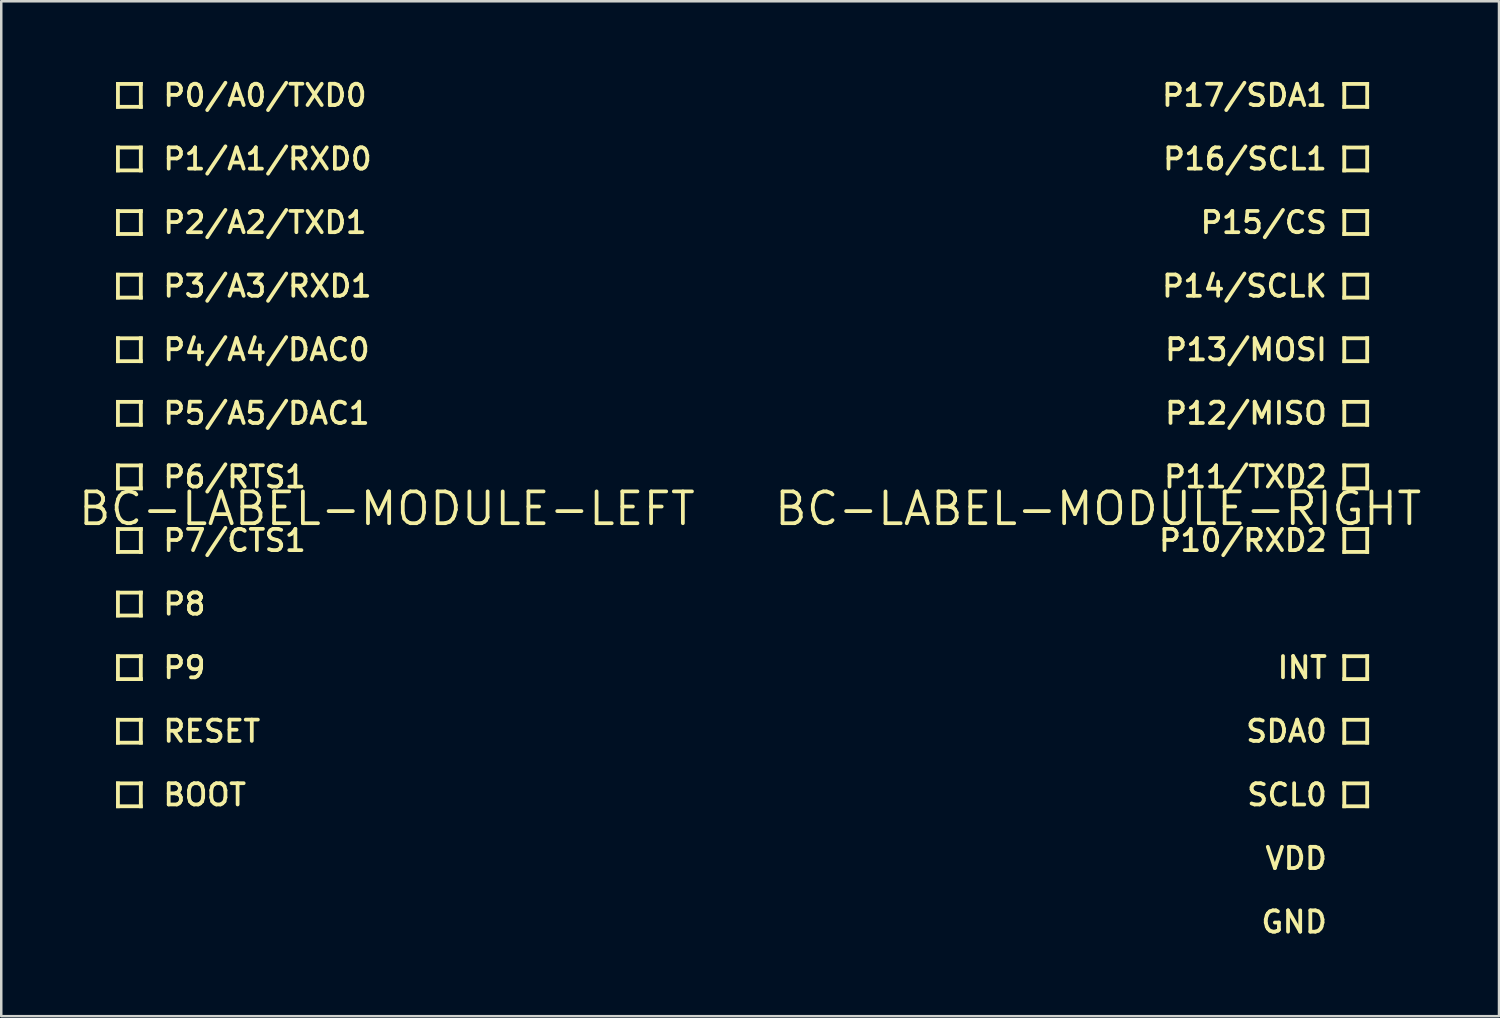
<source format=kicad_pcb>
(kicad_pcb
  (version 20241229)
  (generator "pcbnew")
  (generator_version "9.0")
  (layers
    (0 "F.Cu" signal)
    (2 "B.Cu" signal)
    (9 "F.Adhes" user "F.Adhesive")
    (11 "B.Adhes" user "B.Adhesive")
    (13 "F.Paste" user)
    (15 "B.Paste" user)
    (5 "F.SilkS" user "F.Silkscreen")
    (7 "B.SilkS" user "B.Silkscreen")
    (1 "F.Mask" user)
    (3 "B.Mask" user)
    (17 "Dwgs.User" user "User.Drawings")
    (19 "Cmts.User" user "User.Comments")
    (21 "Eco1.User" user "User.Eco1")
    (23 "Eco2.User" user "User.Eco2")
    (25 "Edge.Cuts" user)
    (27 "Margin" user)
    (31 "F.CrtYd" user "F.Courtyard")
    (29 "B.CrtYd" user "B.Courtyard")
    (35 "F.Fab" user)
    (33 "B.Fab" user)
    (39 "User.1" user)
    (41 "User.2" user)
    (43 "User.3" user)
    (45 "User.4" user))
  (footprint "BC-LABEL-MODULE-LEFT"
    (layer "F.Cu")
    (at 12.405 17.27)
    (property "Reference" "BC-LABEL-MODULE-LEFT" (at 0 0 0) (unlocked yes) (layer "F.SilkS") (effects (font (size 1.27 1.27) (thickness 0.15))))
    (fp_poly (pts (xy -10.82 -16.891) (xy -9.754 -16.891) (xy -9.754 -17.043) (xy -10.82 -17.043)) (stroke (width 0) (type default)) (fill yes) (layer "F.SilkS"))
    (fp_poly (pts (xy -10.82 -15.977) (xy -10.668 -15.977) (xy -10.668 -17.043) (xy -10.82 -17.043)) (stroke (width 0) (type default)) (fill yes) (layer "F.SilkS"))
    (fp_poly (pts (xy -10.82 -15.977) (xy -9.754 -15.977) (xy -9.754 -16.129) (xy -10.82 -16.129)) (stroke (width 0) (type default)) (fill yes) (layer "F.SilkS"))
    (fp_poly (pts (xy -10.82 -14.351) (xy -9.754 -14.351) (xy -9.754 -14.503) (xy -10.82 -14.503)) (stroke (width 0) (type default)) (fill yes) (layer "F.SilkS"))
    (fp_poly (pts (xy -10.82 -13.437) (xy -10.668 -13.437) (xy -10.668 -14.503) (xy -10.82 -14.503)) (stroke (width 0) (type default)) (fill yes) (layer "F.SilkS"))
    (fp_poly (pts (xy -10.82 -13.437) (xy -9.754 -13.437) (xy -9.754 -13.589) (xy -10.82 -13.589)) (stroke (width 0) (type default)) (fill yes) (layer "F.SilkS"))
    (fp_poly (pts (xy -10.82 -11.811) (xy -9.754 -11.811) (xy -9.754 -11.963) (xy -10.82 -11.963)) (stroke (width 0) (type default)) (fill yes) (layer "F.SilkS"))
    (fp_poly (pts (xy -10.82 -10.897) (xy -10.668 -10.897) (xy -10.668 -11.963) (xy -10.82 -11.963)) (stroke (width 0) (type default)) (fill yes) (layer "F.SilkS"))
    (fp_poly (pts (xy -10.82 -10.897) (xy -9.754 -10.897) (xy -9.754 -11.049) (xy -10.82 -11.049)) (stroke (width 0) (type default)) (fill yes) (layer "F.SilkS"))
    (fp_poly (pts (xy -10.82 -9.271) (xy -9.754 -9.271) (xy -9.754 -9.423) (xy -10.82 -9.423)) (stroke (width 0) (type default)) (fill yes) (layer "F.SilkS"))
    (fp_poly (pts (xy -10.82 -8.357) (xy -10.668 -8.357) (xy -10.668 -9.423) (xy -10.82 -9.423)) (stroke (width 0) (type default)) (fill yes) (layer "F.SilkS"))
    (fp_poly (pts (xy -10.82 -8.357) (xy -9.754 -8.357) (xy -9.754 -8.509) (xy -10.82 -8.509)) (stroke (width 0) (type default)) (fill yes) (layer "F.SilkS"))
    (fp_poly (pts (xy -10.82 -6.731) (xy -9.754 -6.731) (xy -9.754 -6.883) (xy -10.82 -6.883)) (stroke (width 0) (type default)) (fill yes) (layer "F.SilkS"))
    (fp_poly (pts (xy -10.82 -5.817) (xy -10.668 -5.817) (xy -10.668 -6.883) (xy -10.82 -6.883)) (stroke (width 0) (type default)) (fill yes) (layer "F.SilkS"))
    (fp_poly (pts (xy -10.82 -5.817) (xy -9.754 -5.817) (xy -9.754 -5.969) (xy -10.82 -5.969)) (stroke (width 0) (type default)) (fill yes) (layer "F.SilkS"))
    (fp_poly (pts (xy -10.82 -4.191) (xy -9.754 -4.191) (xy -9.754 -4.343) (xy -10.82 -4.343)) (stroke (width 0) (type default)) (fill yes) (layer "F.SilkS"))
    (fp_poly (pts (xy -10.82 -3.277) (xy -10.668 -3.277) (xy -10.668 -4.343) (xy -10.82 -4.343)) (stroke (width 0) (type default)) (fill yes) (layer "F.SilkS"))
    (fp_poly (pts (xy -10.82 -3.277) (xy -9.754 -3.277) (xy -9.754 -3.429) (xy -10.82 -3.429)) (stroke (width 0) (type default)) (fill yes) (layer "F.SilkS"))
    (fp_poly (pts (xy -10.82 -1.651) (xy -9.754 -1.651) (xy -9.754 -1.803) (xy -10.82 -1.803)) (stroke (width 0) (type default)) (fill yes) (layer "F.SilkS"))
    (fp_poly (pts (xy -10.82 -0.737) (xy -10.668 -0.737) (xy -10.668 -1.803) (xy -10.82 -1.803)) (stroke (width 0) (type default)) (fill yes) (layer "F.SilkS"))
    (fp_poly (pts (xy -10.82 -0.737) (xy -9.754 -0.737) (xy -9.754 -0.889) (xy -10.82 -0.889)) (stroke (width 0) (type default)) (fill yes) (layer "F.SilkS"))
    (fp_poly (pts (xy -10.82 0.889) (xy -9.754 0.889) (xy -9.754 0.737) (xy -10.82 0.737)) (stroke (width 0) (type default)) (fill yes) (layer "F.SilkS"))
    (fp_poly (pts (xy -10.82 1.803) (xy -10.668 1.803) (xy -10.668 0.737) (xy -10.82 0.737)) (stroke (width 0) (type default)) (fill yes) (layer "F.SilkS"))
    (fp_poly (pts (xy -10.82 1.803) (xy -9.754 1.803) (xy -9.754 1.651) (xy -10.82 1.651)) (stroke (width 0) (type default)) (fill yes) (layer "F.SilkS"))
    (fp_poly (pts (xy -10.82 3.429) (xy -9.754 3.429) (xy -9.754 3.277) (xy -10.82 3.277)) (stroke (width 0) (type default)) (fill yes) (layer "F.SilkS"))
    (fp_poly (pts (xy -10.82 4.343) (xy -10.668 4.343) (xy -10.668 3.277) (xy -10.82 3.277)) (stroke (width 0) (type default)) (fill yes) (layer "F.SilkS"))
    (fp_poly (pts (xy -10.82 4.343) (xy -9.754 4.343) (xy -9.754 4.191) (xy -10.82 4.191)) (stroke (width 0) (type default)) (fill yes) (layer "F.SilkS"))
    (fp_poly (pts (xy -10.82 5.969) (xy -9.754 5.969) (xy -9.754 5.817) (xy -10.82 5.817)) (stroke (width 0) (type default)) (fill yes) (layer "F.SilkS"))
    (fp_poly (pts (xy -10.82 6.883) (xy -10.668 6.883) (xy -10.668 5.817) (xy -10.82 5.817)) (stroke (width 0) (type default)) (fill yes) (layer "F.SilkS"))
    (fp_poly (pts (xy -10.82 6.883) (xy -9.754 6.883) (xy -9.754 6.731) (xy -10.82 6.731)) (stroke (width 0) (type default)) (fill yes) (layer "F.SilkS"))
    (fp_poly (pts (xy -10.82 8.509) (xy -9.754 8.509) (xy -9.754 8.357) (xy -10.82 8.357)) (stroke (width 0) (type default)) (fill yes) (layer "F.SilkS"))
    (fp_poly (pts (xy -10.82 9.423) (xy -10.668 9.423) (xy -10.668 8.357) (xy -10.82 8.357)) (stroke (width 0) (type default)) (fill yes) (layer "F.SilkS"))
    (fp_poly (pts (xy -10.82 9.423) (xy -9.754 9.423) (xy -9.754 9.271) (xy -10.82 9.271)) (stroke (width 0) (type default)) (fill yes) (layer "F.SilkS"))
    (fp_poly (pts (xy -10.82 11.049) (xy -9.754 11.049) (xy -9.754 10.897) (xy -10.82 10.897)) (stroke (width 0) (type default)) (fill yes) (layer "F.SilkS"))
    (fp_poly (pts (xy -10.82 11.963) (xy -10.668 11.963) (xy -10.668 10.897) (xy -10.82 10.897)) (stroke (width 0) (type default)) (fill yes) (layer "F.SilkS"))
    (fp_poly (pts (xy -10.82 11.963) (xy -9.754 11.963) (xy -9.754 11.811) (xy -10.82 11.811)) (stroke (width 0) (type default)) (fill yes) (layer "F.SilkS"))
    (fp_poly (pts (xy -9.906 -15.977) (xy -9.754 -15.977) (xy -9.754 -17.043) (xy -9.906 -17.043)) (stroke (width 0) (type default)) (fill yes) (layer "F.SilkS"))
    (fp_poly (pts (xy -9.906 -13.437) (xy -9.754 -13.437) (xy -9.754 -14.503) (xy -9.906 -14.503)) (stroke (width 0) (type default)) (fill yes) (layer "F.SilkS"))
    (fp_poly (pts (xy -9.906 -10.897) (xy -9.754 -10.897) (xy -9.754 -11.963) (xy -9.906 -11.963)) (stroke (width 0) (type default)) (fill yes) (layer "F.SilkS"))
    (fp_poly (pts (xy -9.906 -8.357) (xy -9.754 -8.357) (xy -9.754 -9.423) (xy -9.906 -9.423)) (stroke (width 0) (type default)) (fill yes) (layer "F.SilkS"))
    (fp_poly (pts (xy -9.906 -5.817) (xy -9.754 -5.817) (xy -9.754 -6.883) (xy -9.906 -6.883)) (stroke (width 0) (type default)) (fill yes) (layer "F.SilkS"))
    (fp_poly (pts (xy -9.906 -3.277) (xy -9.754 -3.277) (xy -9.754 -4.343) (xy -9.906 -4.343)) (stroke (width 0) (type default)) (fill yes) (layer "F.SilkS"))
    (fp_poly (pts (xy -9.906 -0.737) (xy -9.754 -0.737) (xy -9.754 -1.803) (xy -9.906 -1.803)) (stroke (width 0) (type default)) (fill yes) (layer "F.SilkS"))
    (fp_poly (pts (xy -9.906 1.803) (xy -9.754 1.803) (xy -9.754 0.737) (xy -9.906 0.737)) (stroke (width 0) (type default)) (fill yes) (layer "F.SilkS"))
    (fp_poly (pts (xy -9.906 4.343) (xy -9.754 4.343) (xy -9.754 3.277) (xy -9.906 3.277)) (stroke (width 0) (type default)) (fill yes) (layer "F.SilkS"))
    (fp_poly (pts (xy -9.906 6.883) (xy -9.754 6.883) (xy -9.754 5.817) (xy -9.906 5.817)) (stroke (width 0) (type default)) (fill yes) (layer "F.SilkS"))
    (fp_poly (pts (xy -9.906 9.423) (xy -9.754 9.423) (xy -9.754 8.357) (xy -9.906 8.357)) (stroke (width 0) (type default)) (fill yes) (layer "F.SilkS"))
    (fp_poly (pts (xy -9.906 11.963) (xy -9.754 11.963) (xy -9.754 10.897) (xy -9.906 10.897)) (stroke (width 0) (type default)) (fill yes) (layer "F.SilkS"))
    (fp_text user "P2/A2/TXD1" (at -9.017 -11.43 0) (layer "F.SilkS") (effects (font (size 0.85 0.85) (thickness 0.15)) (justify left)))
    (fp_text user "P5/A5/DAC1" (at -9.017 -3.81 0) (layer "F.SilkS") (effects (font (size 0.85 0.85) (thickness 0.15)) (justify left)))
    (fp_text user "P7/CTS1" (at -9.017 1.27 0) (layer "F.SilkS") (effects (font (size 0.85 0.85) (thickness 0.15)) (justify left)))
    (fp_text user "P1/A1/RXD0" (at -9.017 -13.97 0) (layer "F.SilkS") (effects (font (size 0.85 0.85) (thickness 0.15)) (justify left)))
    (fp_text user "P6/RTS1" (at -9.017 -1.27 0) (layer "F.SilkS") (effects (font (size 0.85 0.85) (thickness 0.15)) (justify left)))
    (fp_text user "RESET" (at -9.017 8.89 0) (layer "F.SilkS") (effects (font (size 0.85 0.85) (thickness 0.15)) (justify left)))
    (fp_text user "BOOT" (at -9.017 11.43 0) (layer "F.SilkS") (effects (font (size 0.85 0.85) (thickness 0.15)) (justify left)))
    (fp_text user "P8" (at -9.017 3.81 0) (layer "F.SilkS") (effects (font (size 0.85 0.85) (thickness 0.15)) (justify left)))
    (fp_text user "P4/A4/DAC0" (at -9.017 -6.35 0) (layer "F.SilkS") (effects (font (size 0.85 0.85) (thickness 0.15)) (justify left)))
    (fp_text user "P0/A0/TXD0" (at -9.017 -16.51 0) (layer "F.SilkS") (effects (font (size 0.85 0.85) (thickness 0.15)) (justify left)))
    (fp_text user "P3/A3/RXD1" (at -9.017 -8.89 0) (layer "F.SilkS") (effects (font (size 0.85 0.85) (thickness 0.15)) (justify left)))
    (fp_text user "P9" (at -9.017 6.35 0) (layer "F.SilkS") (effects (font (size 0.85 0.85) (thickness 0.15)) (justify left))))
  (footprint "BC-LABEL-MODULE-RIGHT"
    (layer "F.Cu")
    (at 40.819 17.27)
    (property "Reference" "BC-LABEL-MODULE-RIGHT" (at 0 0 0) (unlocked yes) (layer "F.SilkS") (effects (font (size 1.27 1.27) (thickness 0.15))))
    (fp_poly (pts (xy 9.906 -17.043) (xy 9.754 -17.043) (xy 9.754 -15.977) (xy 9.906 -15.977)) (stroke (width 0) (type default)) (fill yes) (layer "F.SilkS"))
    (fp_poly (pts (xy 9.906 -14.503) (xy 9.754 -14.503) (xy 9.754 -13.437) (xy 9.906 -13.437)) (stroke (width 0) (type default)) (fill yes) (layer "F.SilkS"))
    (fp_poly (pts (xy 9.906 -11.963) (xy 9.754 -11.963) (xy 9.754 -10.897) (xy 9.906 -10.897)) (stroke (width 0) (type default)) (fill yes) (layer "F.SilkS"))
    (fp_poly (pts (xy 9.906 -9.423) (xy 9.754 -9.423) (xy 9.754 -8.357) (xy 9.906 -8.357)) (stroke (width 0) (type default)) (fill yes) (layer "F.SilkS"))
    (fp_poly (pts (xy 9.906 -6.883) (xy 9.754 -6.883) (xy 9.754 -5.817) (xy 9.906 -5.817)) (stroke (width 0) (type default)) (fill yes) (layer "F.SilkS"))
    (fp_poly (pts (xy 9.906 -4.343) (xy 9.754 -4.343) (xy 9.754 -3.277) (xy 9.906 -3.277)) (stroke (width 0) (type default)) (fill yes) (layer "F.SilkS"))
    (fp_poly (pts (xy 9.906 -1.803) (xy 9.754 -1.803) (xy 9.754 -0.737) (xy 9.906 -0.737)) (stroke (width 0) (type default)) (fill yes) (layer "F.SilkS"))
    (fp_poly (pts (xy 9.906 0.737) (xy 9.754 0.737) (xy 9.754 1.803) (xy 9.906 1.803)) (stroke (width 0) (type default)) (fill yes) (layer "F.SilkS"))
    (fp_poly (pts (xy 9.906 5.817) (xy 9.754 5.817) (xy 9.754 6.883) (xy 9.906 6.883)) (stroke (width 0) (type default)) (fill yes) (layer "F.SilkS"))
    (fp_poly (pts (xy 9.906 8.357) (xy 9.754 8.357) (xy 9.754 9.423) (xy 9.906 9.423)) (stroke (width 0) (type default)) (fill yes) (layer "F.SilkS"))
    (fp_poly (pts (xy 9.906 10.897) (xy 9.754 10.897) (xy 9.754 11.963) (xy 9.906 11.963)) (stroke (width 0) (type default)) (fill yes) (layer "F.SilkS"))
    (fp_poly (pts (xy 10.82 -17.043) (xy 9.754 -17.043) (xy 9.754 -16.891) (xy 10.82 -16.891)) (stroke (width 0) (type default)) (fill yes) (layer "F.SilkS"))
    (fp_poly (pts (xy 10.82 -17.043) (xy 10.668 -17.043) (xy 10.668 -15.977) (xy 10.82 -15.977)) (stroke (width 0) (type default)) (fill yes) (layer "F.SilkS"))
    (fp_poly (pts (xy 10.82 -16.129) (xy 9.754 -16.129) (xy 9.754 -15.977) (xy 10.82 -15.977)) (stroke (width 0) (type default)) (fill yes) (layer "F.SilkS"))
    (fp_poly (pts (xy 10.82 -14.503) (xy 9.754 -14.503) (xy 9.754 -14.351) (xy 10.82 -14.351)) (stroke (width 0) (type default)) (fill yes) (layer "F.SilkS"))
    (fp_poly (pts (xy 10.82 -14.503) (xy 10.668 -14.503) (xy 10.668 -13.437) (xy 10.82 -13.437)) (stroke (width 0) (type default)) (fill yes) (layer "F.SilkS"))
    (fp_poly (pts (xy 10.82 -13.589) (xy 9.754 -13.589) (xy 9.754 -13.437) (xy 10.82 -13.437)) (stroke (width 0) (type default)) (fill yes) (layer "F.SilkS"))
    (fp_poly (pts (xy 10.82 -11.963) (xy 9.754 -11.963) (xy 9.754 -11.811) (xy 10.82 -11.811)) (stroke (width 0) (type default)) (fill yes) (layer "F.SilkS"))
    (fp_poly (pts (xy 10.82 -11.963) (xy 10.668 -11.963) (xy 10.668 -10.897) (xy 10.82 -10.897)) (stroke (width 0) (type default)) (fill yes) (layer "F.SilkS"))
    (fp_poly (pts (xy 10.82 -11.049) (xy 9.754 -11.049) (xy 9.754 -10.897) (xy 10.82 -10.897)) (stroke (width 0) (type default)) (fill yes) (layer "F.SilkS"))
    (fp_poly (pts (xy 10.82 -9.423) (xy 9.754 -9.423) (xy 9.754 -9.271) (xy 10.82 -9.271)) (stroke (width 0) (type default)) (fill yes) (layer "F.SilkS"))
    (fp_poly (pts (xy 10.82 -9.423) (xy 10.668 -9.423) (xy 10.668 -8.357) (xy 10.82 -8.357)) (stroke (width 0) (type default)) (fill yes) (layer "F.SilkS"))
    (fp_poly (pts (xy 10.82 -8.509) (xy 9.754 -8.509) (xy 9.754 -8.357) (xy 10.82 -8.357)) (stroke (width 0) (type default)) (fill yes) (layer "F.SilkS"))
    (fp_poly (pts (xy 10.82 -6.883) (xy 9.754 -6.883) (xy 9.754 -6.731) (xy 10.82 -6.731)) (stroke (width 0) (type default)) (fill yes) (layer "F.SilkS"))
    (fp_poly (pts (xy 10.82 -6.883) (xy 10.668 -6.883) (xy 10.668 -5.817) (xy 10.82 -5.817)) (stroke (width 0) (type default)) (fill yes) (layer "F.SilkS"))
    (fp_poly (pts (xy 10.82 -5.969) (xy 9.754 -5.969) (xy 9.754 -5.817) (xy 10.82 -5.817)) (stroke (width 0) (type default)) (fill yes) (layer "F.SilkS"))
    (fp_poly (pts (xy 10.82 -4.343) (xy 9.754 -4.343) (xy 9.754 -4.191) (xy 10.82 -4.191)) (stroke (width 0) (type default)) (fill yes) (layer "F.SilkS"))
    (fp_poly (pts (xy 10.82 -4.343) (xy 10.668 -4.343) (xy 10.668 -3.277) (xy 10.82 -3.277)) (stroke (width 0) (type default)) (fill yes) (layer "F.SilkS"))
    (fp_poly (pts (xy 10.82 -3.429) (xy 9.754 -3.429) (xy 9.754 -3.277) (xy 10.82 -3.277)) (stroke (width 0) (type default)) (fill yes) (layer "F.SilkS"))
    (fp_poly (pts (xy 10.82 -1.803) (xy 9.754 -1.803) (xy 9.754 -1.651) (xy 10.82 -1.651)) (stroke (width 0) (type default)) (fill yes) (layer "F.SilkS"))
    (fp_poly (pts (xy 10.82 -1.803) (xy 10.668 -1.803) (xy 10.668 -0.737) (xy 10.82 -0.737)) (stroke (width 0) (type default)) (fill yes) (layer "F.SilkS"))
    (fp_poly (pts (xy 10.82 -0.889) (xy 9.754 -0.889) (xy 9.754 -0.737) (xy 10.82 -0.737)) (stroke (width 0) (type default)) (fill yes) (layer "F.SilkS"))
    (fp_poly (pts (xy 10.82 0.737) (xy 9.754 0.737) (xy 9.754 0.889) (xy 10.82 0.889)) (stroke (width 0) (type default)) (fill yes) (layer "F.SilkS"))
    (fp_poly (pts (xy 10.82 0.737) (xy 10.668 0.737) (xy 10.668 1.803) (xy 10.82 1.803)) (stroke (width 0) (type default)) (fill yes) (layer "F.SilkS"))
    (fp_poly (pts (xy 10.82 1.651) (xy 9.754 1.651) (xy 9.754 1.803) (xy 10.82 1.803)) (stroke (width 0) (type default)) (fill yes) (layer "F.SilkS"))
    (fp_poly (pts (xy 10.82 5.817) (xy 9.754 5.817) (xy 9.754 5.969) (xy 10.82 5.969)) (stroke (width 0) (type default)) (fill yes) (layer "F.SilkS"))
    (fp_poly (pts (xy 10.82 5.817) (xy 10.668 5.817) (xy 10.668 6.883) (xy 10.82 6.883)) (stroke (width 0) (type default)) (fill yes) (layer "F.SilkS"))
    (fp_poly (pts (xy 10.82 6.731) (xy 9.754 6.731) (xy 9.754 6.883) (xy 10.82 6.883)) (stroke (width 0) (type default)) (fill yes) (layer "F.SilkS"))
    (fp_poly (pts (xy 10.82 8.357) (xy 9.754 8.357) (xy 9.754 8.509) (xy 10.82 8.509)) (stroke (width 0) (type default)) (fill yes) (layer "F.SilkS"))
    (fp_poly (pts (xy 10.82 8.357) (xy 10.668 8.357) (xy 10.668 9.423) (xy 10.82 9.423)) (stroke (width 0) (type default)) (fill yes) (layer "F.SilkS"))
    (fp_poly (pts (xy 10.82 9.271) (xy 9.754 9.271) (xy 9.754 9.423) (xy 10.82 9.423)) (stroke (width 0) (type default)) (fill yes) (layer "F.SilkS"))
    (fp_poly (pts (xy 10.82 10.897) (xy 9.754 10.897) (xy 9.754 11.049) (xy 10.82 11.049)) (stroke (width 0) (type default)) (fill yes) (layer "F.SilkS"))
    (fp_poly (pts (xy 10.82 10.897) (xy 10.668 10.897) (xy 10.668 11.963) (xy 10.82 11.963)) (stroke (width 0) (type default)) (fill yes) (layer "F.SilkS"))
    (fp_poly (pts (xy 10.82 11.811) (xy 9.754 11.811) (xy 9.754 11.963) (xy 10.82 11.963)) (stroke (width 0) (type default)) (fill yes) (layer "F.SilkS"))
    (fp_text user "P15/CS" (at 9.22 -11.43 0) (layer "F.SilkS") (effects (font (size 0.85 0.85) (thickness 0.15)) (justify right)))
    (fp_text user "P12/MISO" (at 9.22 -3.81 0) (layer "F.SilkS") (effects (font (size 0.85 0.85) (thickness 0.15)) (justify right)))
    (fp_text user "VDD" (at 9.22 13.97 0) (layer "F.SilkS") (effects (font (size 0.85 0.85) (thickness 0.15)) (justify right)))
    (fp_text user "P11/TXD2" (at 9.22 -1.27 0) (layer "F.SilkS") (effects (font (size 0.85 0.85) (thickness 0.15)) (justify right)))
    (fp_text user "SCL0" (at 9.22 11.43 0) (layer "F.SilkS") (effects (font (size 0.85 0.85) (thickness 0.15)) (justify right)))
    (fp_text user "P13/MOSI" (at 9.22 -6.35 0) (layer "F.SilkS") (effects (font (size 0.85 0.85) (thickness 0.15)) (justify right)))
    (fp_text user "P14/SCLK" (at 9.22 -8.89 0) (layer "F.SilkS") (effects (font (size 0.85 0.85) (thickness 0.15)) (justify right)))
    (fp_text user "INT" (at 9.22 6.35 0) (layer "F.SilkS") (effects (font (size 0.85 0.85) (thickness 0.15)) (justify right)))
    (fp_text user "P10/RXD2" (at 9.22 1.27 0) (layer "F.SilkS") (effects (font (size 0.85 0.85) (thickness 0.15)) (justify right)))
    (fp_text user "P17/SDA1" (at 9.22 -16.51 0) (layer "F.SilkS") (effects (font (size 0.85 0.85) (thickness 0.15)) (justify right)))
    (fp_text user "GND" (at 9.22 16.51 0) (layer "F.SilkS") (effects (font (size 0.85 0.85) (thickness 0.15)) (justify right)))
    (fp_text user "P16/SCL1" (at 9.22 -13.97 0) (layer "F.SilkS") (effects (font (size 0.85 0.85) (thickness 0.15)) (justify right)))
    (fp_text user "SDA0" (at 9.22 8.89 0) (layer "F.SilkS") (effects (font (size 0.85 0.85) (thickness 0.15)) (justify right))))
  (gr_rect
    (start -3 -3)
    (end 56.829 37.541)
    (stroke (width 0.1) (type default))
    (fill no)
    (layer "Edge.Cuts")))
</source>
